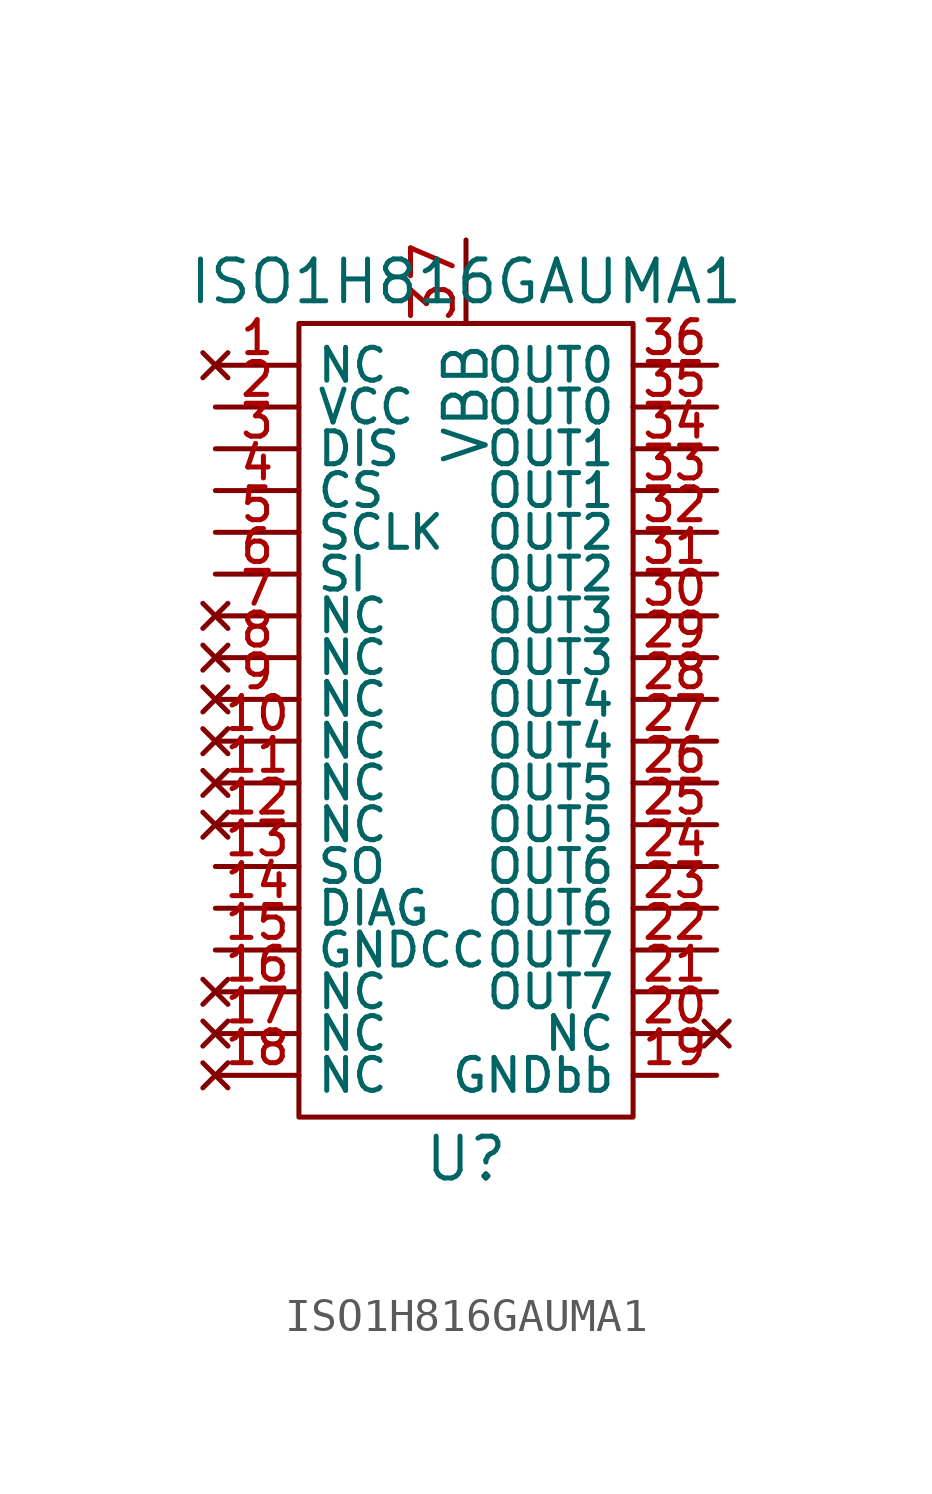
<source format=kicad_sym>
(kicad_symbol_lib
  (version 20211014)
  (generator kicad_symbol_editor)
  (symbol "ISO1H816GAUMA1"
    (property "Reference" "U"
      (at 0 -10.16 0)
      (effects (font (size 1.27 1.27))))
    (property "Value" "ISO1H816GAUMA1"
      (at 0 16.51 0)
      (effects (font (size 1.27 1.27))))
    (symbol "ISO1H816GAUMA1_0_1"
      (rectangle (start -5.08 15.24) (end 5.08 -8.89) (stroke (width 0) (type default) (color 0 0 0 0)) (fill (type none))))
    (symbol "ISO1H816GAUMA1_1_1"
      (pin no_connect line (at -7.62 13.97 0) (length 2.54) (name "NC" (effects (font (size 1 1)))) (number "1" (effects (font (size 1 1)))))
      (pin no_connect line (at -7.62 2.54 0) (length 2.54) (name "NC" (effects (font (size 1 1)))) (number "10" (effects (font (size 1 1)))))
      (pin no_connect line (at -7.62 1.27 0) (length 2.54) (name "NC" (effects (font (size 1 1)))) (number "11" (effects (font (size 1 1)))))
      (pin no_connect line (at -7.62 0 0) (length 2.54) (name "NC" (effects (font (size 1 1)))) (number "12" (effects (font (size 1 1)))))
      (pin output line (at -7.62 -1.27 0) (length 2.54) (name "SO" (effects (font (size 1 1)))) (number "13" (effects (font (size 1 1)))))
      (pin output line (at -7.62 -2.54 0) (length 2.54) (name "DIAG" (effects (font (size 1 1)))) (number "14" (effects (font (size 1 1)))))
      (pin bidirectional line (at -7.62 -3.81 0) (length 2.54) (name "GNDCC" (effects (font (size 1 1)))) (number "15" (effects (font (size 1 1)))))
      (pin no_connect line (at -7.62 -5.08 0) (length 2.54) (name "NC" (effects (font (size 1 1)))) (number "16" (effects (font (size 1 1)))))
      (pin no_connect line (at -7.62 -6.35 0) (length 2.54) (name "NC" (effects (font (size 1 1)))) (number "17" (effects (font (size 1 1)))))
      (pin no_connect line (at -7.62 -7.62 0) (length 2.54) (name "NC" (effects (font (size 1 1)))) (number "18" (effects (font (size 1 1)))))
      (pin bidirectional line (at 7.62 -7.62 180) (length 2.54) (name "GNDbb" (effects (font (size 1 1)))) (number "19" (effects (font (size 1 1)))))
      (pin power_in line (at -7.62 12.7 0) (length 2.54) (name "VCC" (effects (font (size 1 1)))) (number "2" (effects (font (size 1 1)))))
      (pin no_connect line (at 7.62 -6.35 180) (length 2.54) (name "NC" (effects (font (size 1 1)))) (number "20" (effects (font (size 1 1)))))
      (pin output line (at 7.62 -5.08 180) (length 2.54) (name "OUT7" (effects (font (size 1 1)))) (number "21" (effects (font (size 1 1)))))
      (pin output line (at 7.62 -3.81 180) (length 2.54) (name "OUT7" (effects (font (size 1 1)))) (number "22" (effects (font (size 1 1)))))
      (pin output line (at 7.62 -2.54 180) (length 2.54) (name "OUT6" (effects (font (size 1 1)))) (number "23" (effects (font (size 1 1)))))
      (pin output line (at 7.62 -1.27 180) (length 2.54) (name "OUT6" (effects (font (size 1 1)))) (number "24" (effects (font (size 1 1)))))
      (pin output line (at 7.62 0 180) (length 2.54) (name "OUT5" (effects (font (size 1 1)))) (number "25" (effects (font (size 1 1)))))
      (pin output line (at 7.62 1.27 180) (length 2.54) (name "OUT5" (effects (font (size 1 1)))) (number "26" (effects (font (size 1 1)))))
      (pin output line (at 7.62 2.54 180) (length 2.54) (name "OUT4" (effects (font (size 1 1)))) (number "27" (effects (font (size 1 1)))))
      (pin output line (at 7.62 3.81 180) (length 2.54) (name "OUT4" (effects (font (size 1 1)))) (number "28" (effects (font (size 1 1)))))
      (pin output line (at 7.62 5.08 180) (length 2.54) (name "OUT3" (effects (font (size 1 1)))) (number "29" (effects (font (size 1 1)))))
      (pin input line (at -7.62 11.43 0) (length 2.54) (name "DIS" (effects (font (size 1 1)))) (number "3" (effects (font (size 1 1)))))
      (pin output line (at 7.62 6.35 180) (length 2.54) (name "OUT3" (effects (font (size 1 1)))) (number "30" (effects (font (size 1 1)))))
      (pin output line (at 7.62 7.62 180) (length 2.54) (name "OUT2" (effects (font (size 1 1)))) (number "31" (effects (font (size 1 1)))))
      (pin output line (at 7.62 8.89 180) (length 2.54) (name "OUT2" (effects (font (size 1 1)))) (number "32" (effects (font (size 1 1)))))
      (pin output line (at 7.62 10.16 180) (length 2.54) (name "OUT1" (effects (font (size 1 1)))) (number "33" (effects (font (size 1 1)))))
      (pin output line (at 7.62 11.43 180) (length 2.54) (name "OUT1" (effects (font (size 1 1)))) (number "34" (effects (font (size 1 1)))))
      (pin output line (at 7.62 12.7 180) (length 2.54) (name "OUT0" (effects (font (size 1 1)))) (number "35" (effects (font (size 1 1)))))
      (pin output line (at 7.62 13.97 180) (length 2.54) (name "OUT0" (effects (font (size 1 1)))) (number "36" (effects (font (size 1 1)))))
      (pin power_in line (at 0 17.78 270) (length 2.54) (name "VBB" (effects (font (size 1.27 1.27)))) (number "37" (effects (font (size 1.27 1.27)))))
      (pin input line (at -7.62 10.16 0) (length 2.54) (name "CS" (effects (font (size 1 1)))) (number "4" (effects (font (size 1 1)))))
      (pin input line (at -7.62 8.89 0) (length 2.54) (name "SCLK" (effects (font (size 1 1)))) (number "5" (effects (font (size 1 1)))))
      (pin input line (at -7.62 7.62 0) (length 2.54) (name "SI" (effects (font (size 1 1)))) (number "6" (effects (font (size 1 1)))))
      (pin no_connect line (at -7.62 6.35 0) (length 2.54) (name "NC" (effects (font (size 1 1)))) (number "7" (effects (font (size 1 1)))))
      (pin no_connect line (at -7.62 5.08 0) (length 2.54) (name "NC" (effects (font (size 1 1)))) (number "8" (effects (font (size 1 1)))))
      (pin no_connect line (at -7.62 3.81 0) (length 2.54) (name "NC" (effects (font (size 1 1)))) (number "9" (effects (font (size 1 1))))))))
</source>
